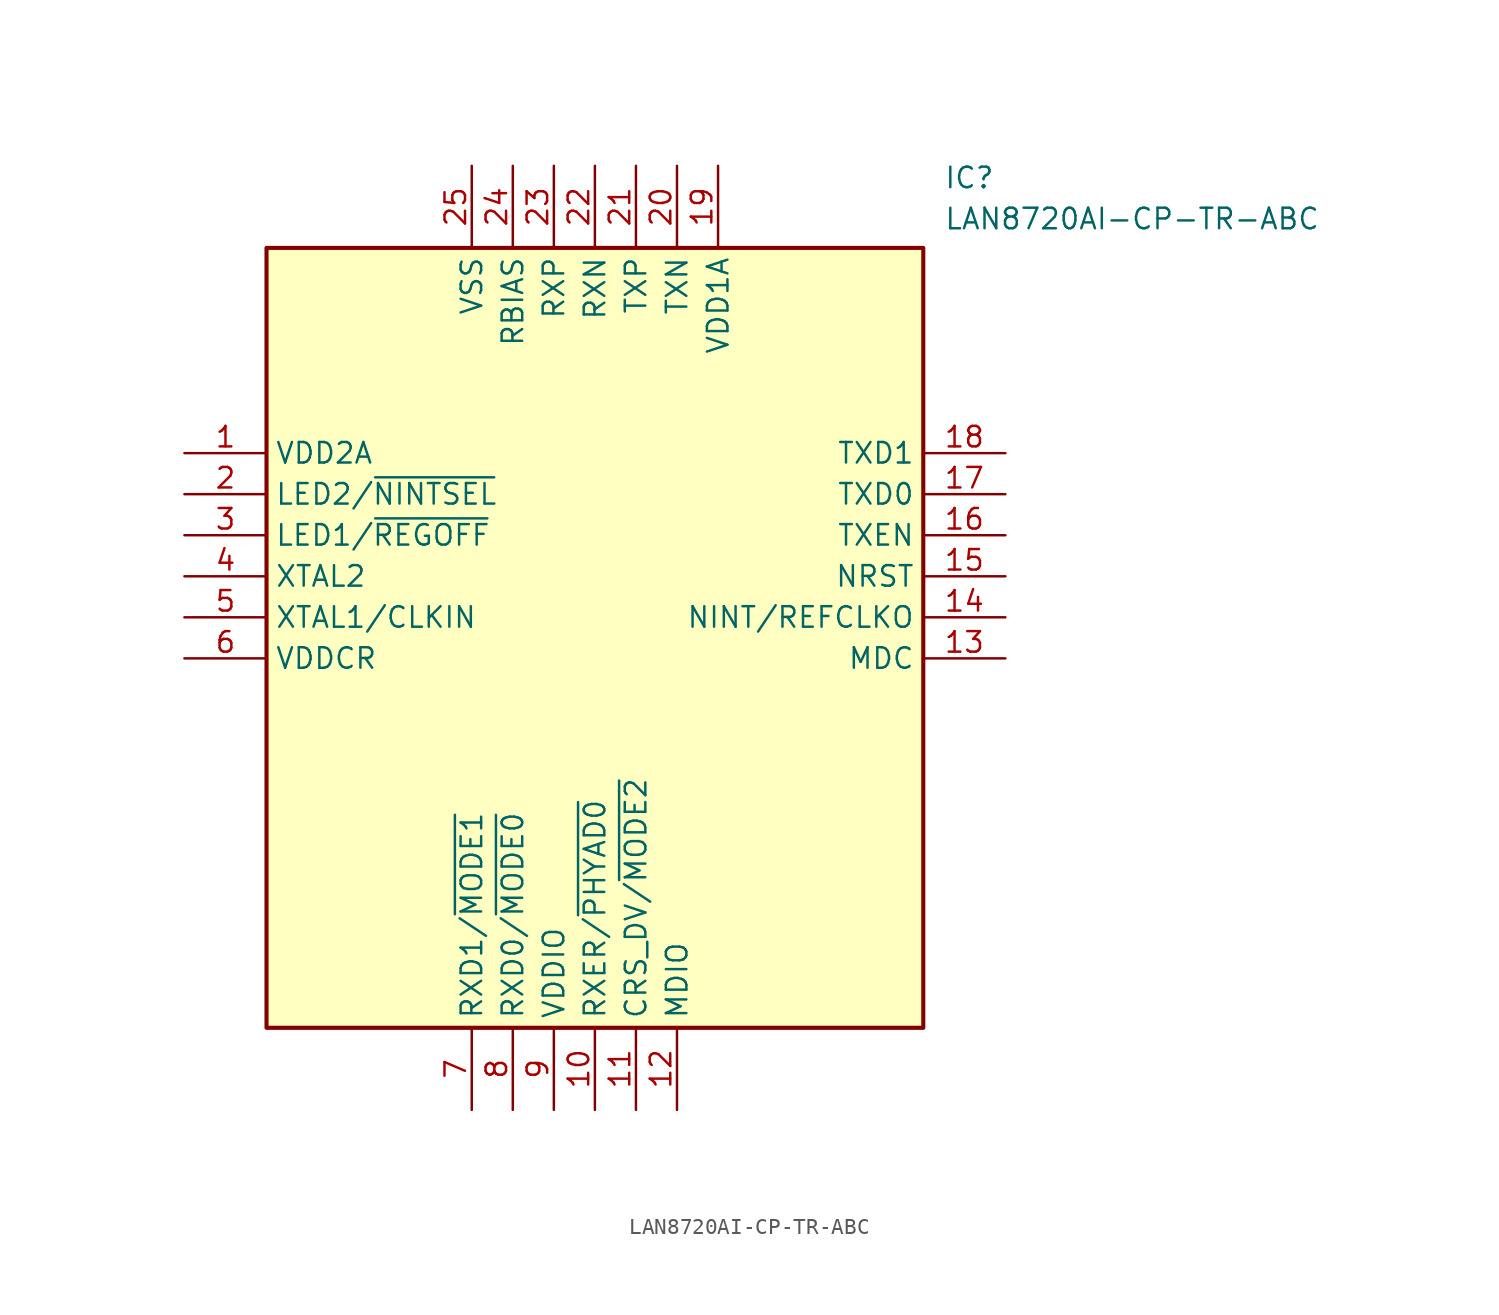
<source format=kicad_sym>
(kicad_symbol_lib
  (version 20211014)
  (generator SamacSys_ECAD_Model)
  (symbol "LAN8720AI-CP-TR-ABC"
    (property "Reference" "IC"
      (at 46.99 17.78 0)
      (effects (font (size 1.27 1.27)) (justify left top)))
    (property "Value" "LAN8720AI-CP-TR-ABC"
      (at 46.99 15.24 0)
      (effects (font (size 1.27 1.27)) (justify left top)))
    (rectangle
      (start 5.08 12.7)
      (end 45.72 -35.56)
      (stroke (width 0.254) (type default))
      (fill (type background)))
    (pin passive line
      (at 0 0 0)
      (length 5.08)
      (name "VDD2A" (effects (font (size 1.27 1.27))))
      (number "1" (effects (font (size 1.27 1.27)))))
    (pin passive line
      (at 0 -2.54 0)
      (length 5.08)
      (name "LED2/~{NINTSEL}" (effects (font (size 1.27 1.27))))
      (number "2" (effects (font (size 1.27 1.27)))))
    (pin passive line
      (at 0 -5.08 0)
      (length 5.08)
      (name "LED1/~{REGOFF}" (effects (font (size 1.27 1.27))))
      (number "3" (effects (font (size 1.27 1.27)))))
    (pin passive line
      (at 0 -7.62 0)
      (length 5.08)
      (name "XTAL2" (effects (font (size 1.27 1.27))))
      (number "4" (effects (font (size 1.27 1.27)))))
    (pin passive line
      (at 0 -10.16 0)
      (length 5.08)
      (name "XTAL1/CLKIN" (effects (font (size 1.27 1.27))))
      (number "5" (effects (font (size 1.27 1.27)))))
    (pin passive line
      (at 0 -12.7 0)
      (length 5.08)
      (name "VDDCR" (effects (font (size 1.27 1.27))))
      (number "6" (effects (font (size 1.27 1.27)))))
    (pin passive line
      (at 17.78 -40.64 90)
      (length 5.08)
      (name "RXD1/~{MODE1}" (effects (font (size 1.27 1.27))))
      (number "7" (effects (font (size 1.27 1.27)))))
    (pin passive line
      (at 20.32 -40.64 90)
      (length 5.08)
      (name "RXD0/~{MODE0}" (effects (font (size 1.27 1.27))))
      (number "8" (effects (font (size 1.27 1.27)))))
    (pin passive line
      (at 22.86 -40.64 90)
      (length 5.08)
      (name "VDDIO" (effects (font (size 1.27 1.27))))
      (number "9" (effects (font (size 1.27 1.27)))))
    (pin passive line
      (at 25.4 -40.64 90)
      (length 5.08)
      (name "RXER/~{PHYAD0}" (effects (font (size 1.27 1.27))))
      (number "10" (effects (font (size 1.27 1.27)))))
    (pin passive line
      (at 27.94 -40.64 90)
      (length 5.08)
      (name "CRS_DV/~{MODE2}" (effects (font (size 1.27 1.27))))
      (number "11" (effects (font (size 1.27 1.27)))))
    (pin passive line
      (at 30.48 -40.64 90)
      (length 5.08)
      (name "MDIO" (effects (font (size 1.27 1.27))))
      (number "12" (effects (font (size 1.27 1.27)))))
    (pin passive line
      (at 50.8 0 180)
      (length 5.08)
      (name "TXD1" (effects (font (size 1.27 1.27))))
      (number "18" (effects (font (size 1.27 1.27)))))
    (pin passive line
      (at 50.8 -2.54 180)
      (length 5.08)
      (name "TXD0" (effects (font (size 1.27 1.27))))
      (number "17" (effects (font (size 1.27 1.27)))))
    (pin passive line
      (at 50.8 -5.08 180)
      (length 5.08)
      (name "TXEN" (effects (font (size 1.27 1.27))))
      (number "16" (effects (font (size 1.27 1.27)))))
    (pin passive line
      (at 50.8 -7.62 180)
      (length 5.08)
      (name "NRST" (effects (font (size 1.27 1.27))))
      (number "15" (effects (font (size 1.27 1.27)))))
    (pin passive line
      (at 50.8 -10.16 180)
      (length 5.08)
      (name "NINT/REFCLKO" (effects (font (size 1.27 1.27))))
      (number "14" (effects (font (size 1.27 1.27)))))
    (pin passive line
      (at 50.8 -12.7 180)
      (length 5.08)
      (name "MDC" (effects (font (size 1.27 1.27))))
      (number "13" (effects (font (size 1.27 1.27)))))
    (pin passive line
      (at 17.78 17.78 270)
      (length 5.08)
      (name "VSS" (effects (font (size 1.27 1.27))))
      (number "25" (effects (font (size 1.27 1.27)))))
    (pin passive line
      (at 20.32 17.78 270)
      (length 5.08)
      (name "RBIAS" (effects (font (size 1.27 1.27))))
      (number "24" (effects (font (size 1.27 1.27)))))
    (pin passive line
      (at 22.86 17.78 270)
      (length 5.08)
      (name "RXP" (effects (font (size 1.27 1.27))))
      (number "23" (effects (font (size 1.27 1.27)))))
    (pin passive line
      (at 25.4 17.78 270)
      (length 5.08)
      (name "RXN" (effects (font (size 1.27 1.27))))
      (number "22" (effects (font (size 1.27 1.27)))))
    (pin passive line
      (at 27.94 17.78 270)
      (length 5.08)
      (name "TXP" (effects (font (size 1.27 1.27))))
      (number "21" (effects (font (size 1.27 1.27)))))
    (pin passive line
      (at 30.48 17.78 270)
      (length 5.08)
      (name "TXN" (effects (font (size 1.27 1.27))))
      (number "20" (effects (font (size 1.27 1.27)))))
    (pin passive line
      (at 33.02 17.78 270)
      (length 5.08)
      (name "VDD1A" (effects (font (size 1.27 1.27))))
      (number "19" (effects (font (size 1.27 1.27)))))))
</source>
